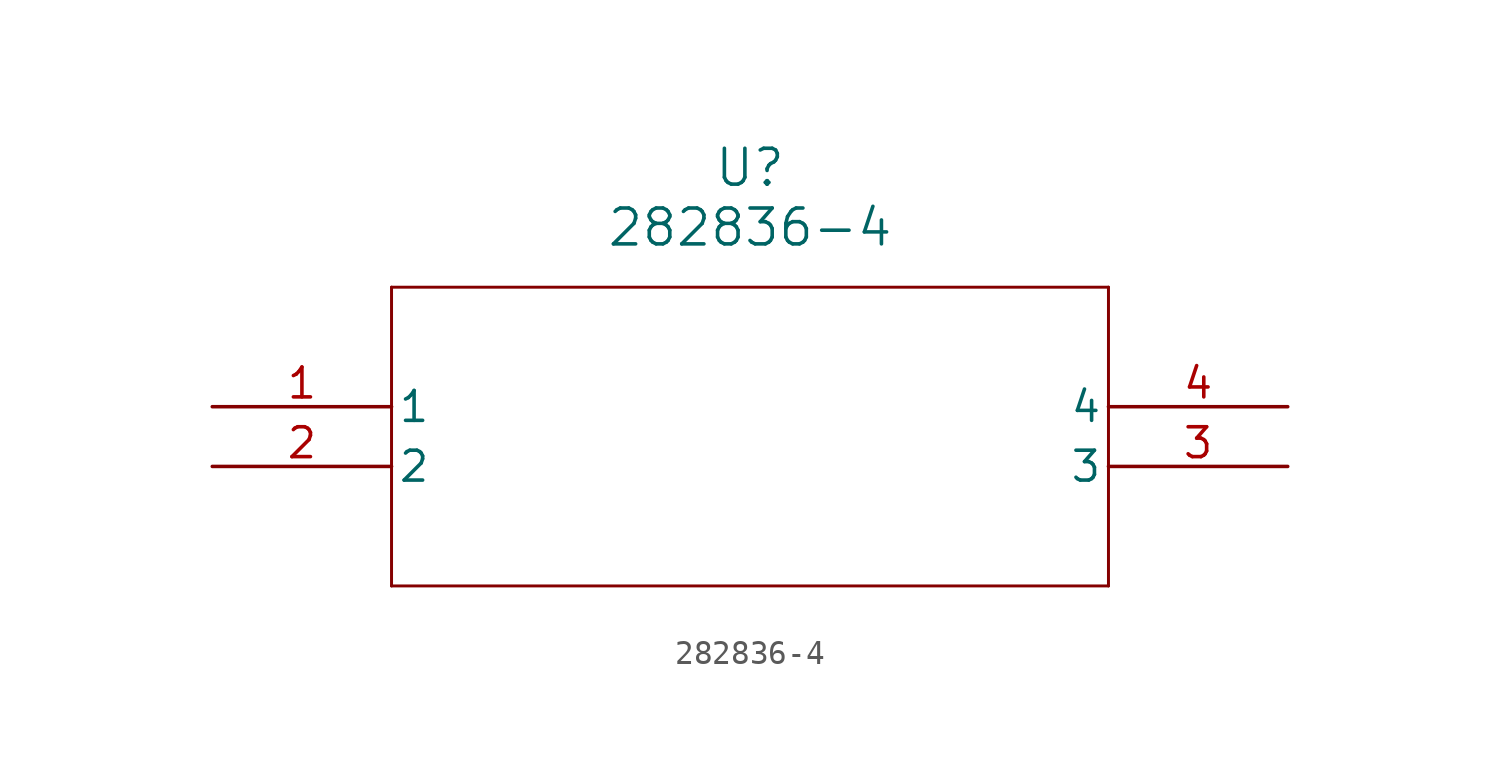
<source format=kicad_sym>
(kicad_symbol_lib
  (version 20211014)
  (generator kicad_symbol_editor)
  (symbol "282836-4"
    (pin_names
      (offset 0.254))
    (property "Reference" "U"
      (at 22.86 10.16 0)
      (effects (font (size 1.524 1.524))))
    (property "Value" "282836-4"
      (at 22.86 7.62 0)
      (effects (font (size 1.524 1.524))))
    (symbol "282836-4_0_1"
      (polyline (pts (xy 7.62 5.08) (xy 7.62 -7.62)) (stroke (width 0.127) (type default) (color 0 0 0 0)) (fill (type none)))
      (polyline (pts (xy 7.62 -7.62) (xy 38.1 -7.62)) (stroke (width 0.127) (type default) (color 0 0 0 0)) (fill (type none)))
      (polyline (pts (xy 38.1 -7.62) (xy 38.1 5.08)) (stroke (width 0.127) (type default) (color 0 0 0 0)) (fill (type none)))
      (polyline (pts (xy 38.1 5.08) (xy 7.62 5.08)) (stroke (width 0.127) (type default) (color 0 0 0 0)) (fill (type none)))
      (pin unspecified line (at 0 0 0) (length 7.62) (name "1" (effects (font (size 1.27 1.27)))) (number "1" (effects (font (size 1.27 1.27)))))
      (pin unspecified line (at 0 -2.54 0) (length 7.62) (name "2" (effects (font (size 1.27 1.27)))) (number "2" (effects (font (size 1.27 1.27)))))
      (pin unspecified line (at 45.72 -2.54 180) (length 7.62) (name "3" (effects (font (size 1.27 1.27)))) (number "3" (effects (font (size 1.27 1.27)))))
      (pin unspecified line (at 45.72 0 180) (length 7.62) (name "4" (effects (font (size 1.27 1.27)))) (number "4" (effects (font (size 1.27 1.27))))))))
</source>
